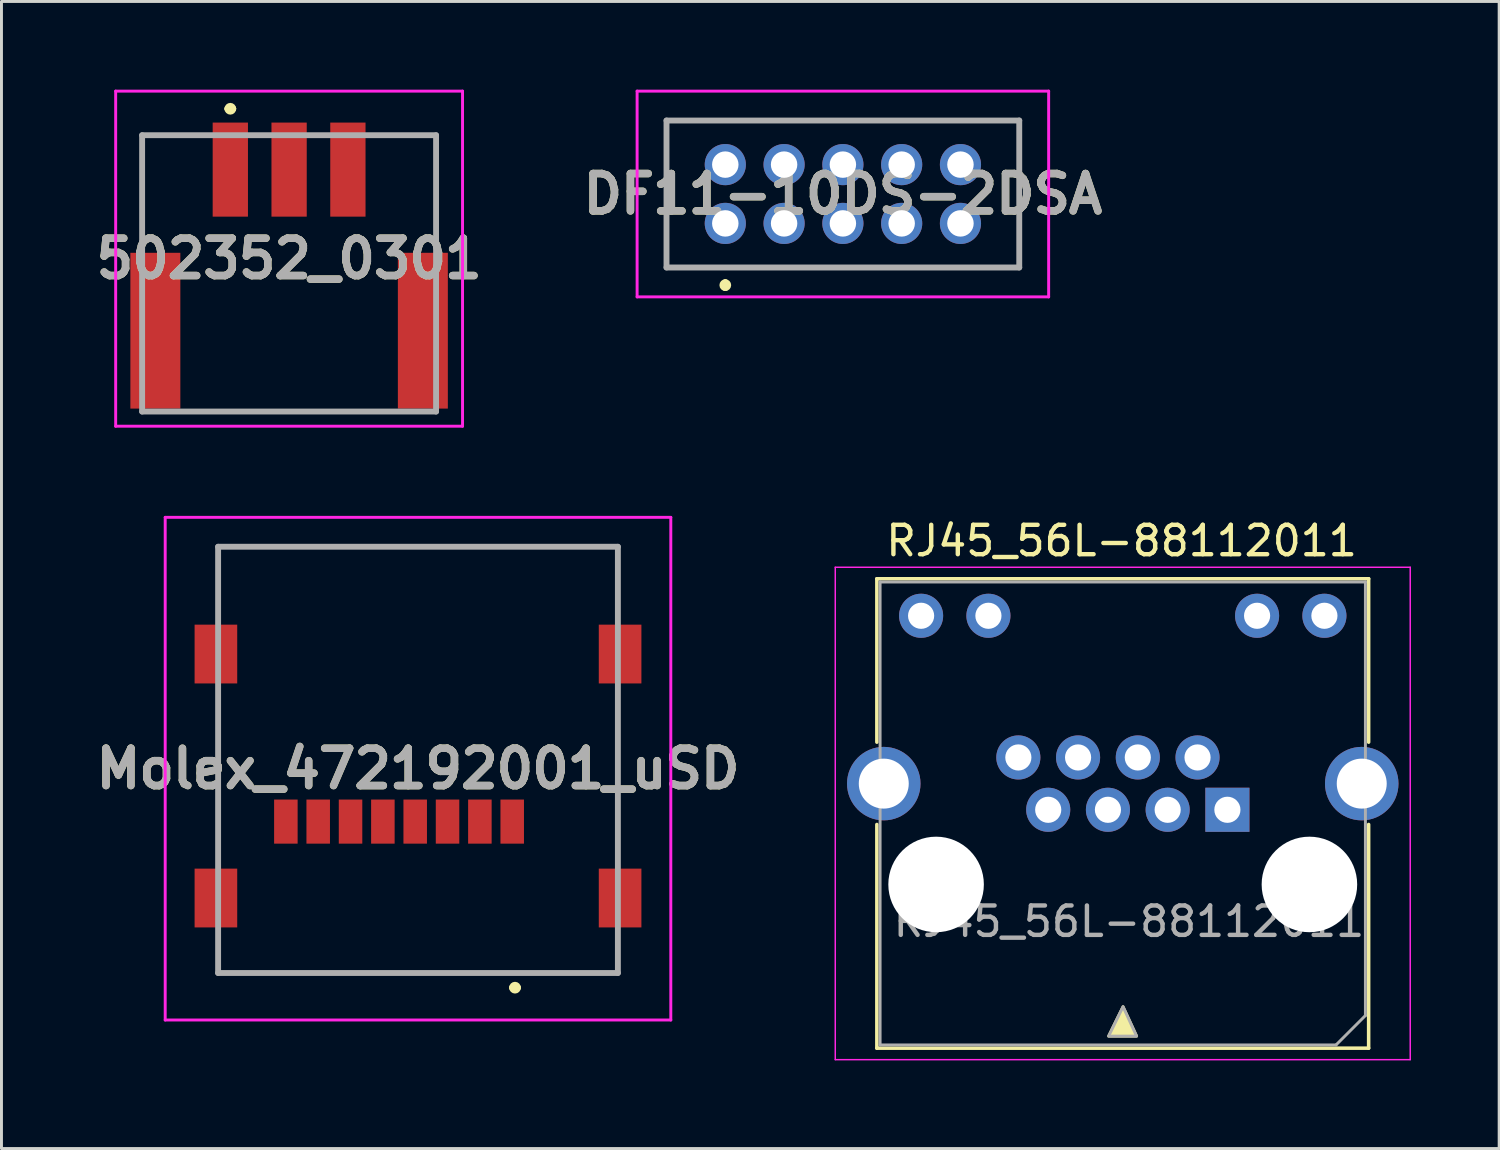
<source format=kicad_pcb>
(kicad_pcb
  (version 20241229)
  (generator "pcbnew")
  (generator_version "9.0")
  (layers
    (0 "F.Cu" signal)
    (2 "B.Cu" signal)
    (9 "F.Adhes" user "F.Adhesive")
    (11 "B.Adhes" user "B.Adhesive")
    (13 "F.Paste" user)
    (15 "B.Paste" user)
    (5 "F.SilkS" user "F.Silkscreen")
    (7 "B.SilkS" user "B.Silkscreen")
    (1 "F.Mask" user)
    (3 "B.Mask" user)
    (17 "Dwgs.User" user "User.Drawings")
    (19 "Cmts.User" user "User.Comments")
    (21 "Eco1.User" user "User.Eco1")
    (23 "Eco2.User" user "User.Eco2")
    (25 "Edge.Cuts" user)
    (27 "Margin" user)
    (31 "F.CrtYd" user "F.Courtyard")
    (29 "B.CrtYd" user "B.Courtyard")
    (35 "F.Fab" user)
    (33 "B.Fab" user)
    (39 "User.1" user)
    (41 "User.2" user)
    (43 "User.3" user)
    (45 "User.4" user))
  (footprint "DF11-10DS-2DSA"
    (layer "F.Cu")
    (at 21.624 4.55)
    (property "Reference" "DF11-10DS-2DSA" (at 4 -1 0) (layer "F.SilkS") (effects (font (size 1.27 1.27) (thickness 0.254))))
    (attr through_hole)
    (fp_line (start -2 -3.5) (end 10 -3.5) (stroke (width 0.1) (type solid)) (layer "F.SilkS"))
    (fp_line (start -2 1.5) (end -2 -3.5) (stroke (width 0.1) (type solid)) (layer "F.SilkS"))
    (fp_line (start 0 2) (end 0 2) (stroke (width 0.2) (type solid)) (layer "F.SilkS"))
    (fp_line (start 0 2.2) (end 0 2.2) (stroke (width 0.2) (type solid)) (layer "F.SilkS"))
    (fp_line (start 10 -3.5) (end 10 1.5) (stroke (width 0.1) (type solid)) (layer "F.SilkS"))
    (fp_line (start 10 1.5) (end -2 1.5) (stroke (width 0.1) (type solid)) (layer "F.SilkS"))
    (fp_arc (start 0 2) (mid 0.1 2.1) (end 0 2.2) (stroke (width 0.2) (type solid)) (layer "F.SilkS"))
    (fp_arc (start 0 2.2) (mid -0.1 2.1) (end 0 2) (stroke (width 0.2) (type solid)) (layer "F.SilkS"))
    (fp_line (start -3 -4.5) (end 11 -4.5) (stroke (width 0.1) (type solid)) (layer "F.CrtYd"))
    (fp_line (start -3 2.5) (end -3 -4.5) (stroke (width 0.1) (type solid)) (layer "F.CrtYd"))
    (fp_line (start 11 -4.5) (end 11 2.5) (stroke (width 0.1) (type solid)) (layer "F.CrtYd"))
    (fp_line (start 11 2.5) (end -3 2.5) (stroke (width 0.1) (type solid)) (layer "F.CrtYd"))
    (fp_line (start -2 -3.5) (end 10 -3.5) (stroke (width 0.2) (type solid)) (layer "F.Fab"))
    (fp_line (start -2 1.5) (end -2 -3.5) (stroke (width 0.2) (type solid)) (layer "F.Fab"))
    (fp_line (start 10 -3.5) (end 10 1.5) (stroke (width 0.2) (type solid)) (layer "F.Fab"))
    (fp_line (start 10 1.5) (end -2 1.5) (stroke (width 0.2) (type solid)) (layer "F.Fab"))
    (fp_text user "${REFERENCE}" (at 4 -1 0) (layer "F.Fab") (effects (font (size 1.27 1.27) (thickness 0.254))))
    (pad "1" thru_hole circle (at 0 0) (size 1.4 1.4) (drill 0.9) (layers "*.Cu" "*.Mask"))
    (pad "2" thru_hole circle (at 0 -2) (size 1.4 1.4) (drill 0.9) (layers "*.Cu" "*.Mask"))
    (pad "3" thru_hole circle (at 2 0) (size 1.4 1.4) (drill 0.9) (layers "*.Cu" "*.Mask"))
    (pad "4" thru_hole circle (at 2 -2) (size 1.4 1.4) (drill 0.9) (layers "*.Cu" "*.Mask"))
    (pad "5" thru_hole circle (at 4 0) (size 1.4 1.4) (drill 0.9) (layers "*.Cu" "*.Mask"))
    (pad "6" thru_hole circle (at 4 -2) (size 1.4 1.4) (drill 0.9) (layers "*.Cu" "*.Mask"))
    (pad "7" thru_hole circle (at 6 0) (size 1.4 1.4) (drill 0.9) (layers "*.Cu" "*.Mask"))
    (pad "8" thru_hole circle (at 6 -2) (size 1.4 1.4) (drill 0.9) (layers "*.Cu" "*.Mask"))
    (pad "9" thru_hole circle (at 8 0) (size 1.4 1.4) (drill 0.9) (layers "*.Cu" "*.Mask"))
    (pad "10" thru_hole circle (at 8 -2) (size 1.4 1.4) (drill 0.9) (layers "*.Cu" "*.Mask")))
  (footprint "502352_0301"
    (layer "F.Cu")
    (at 6.785 5.75)
    (property "Reference" "502352_0301" (at 0 0 0) (layer "F.SilkS") (effects (font (size 1.27 1.27) (thickness 0.254))))
    (attr smd)
    (fp_line (start -5 -4.2) (end -5 -0.8) (stroke (width 0.1) (type solid)) (layer "F.SilkS"))
    (fp_line (start -3.5 -4.2) (end -5 -4.2) (stroke (width 0.1) (type solid)) (layer "F.SilkS"))
    (fp_line (start -3 5.2) (end 3 5.2) (stroke (width 0.1) (type solid)) (layer "F.SilkS"))
    (fp_line (start -2.1 -5.1) (end -2.1 -5.1) (stroke (width 0.2) (type solid)) (layer "F.SilkS"))
    (fp_line (start -1.9 -5.1) (end -1.9 -5.1) (stroke (width 0.2) (type solid)) (layer "F.SilkS"))
    (fp_line (start 3.5 -4.2) (end 5 -4.2) (stroke (width 0.1) (type solid)) (layer "F.SilkS"))
    (fp_line (start 5 -4.2) (end 5 -0.8) (stroke (width 0.1) (type solid)) (layer "F.SilkS"))
    (fp_arc (start -2.1 -5.1) (mid -2 -5.2) (end -1.9 -5.1) (stroke (width 0.2) (type solid)) (layer "F.SilkS"))
    (fp_arc (start -1.9 -5.1) (mid -2 -5) (end -2.1 -5.1) (stroke (width 0.2) (type solid)) (layer "F.SilkS"))
    (fp_line (start -5.9 -5.7) (end 5.9 -5.7) (stroke (width 0.1) (type solid)) (layer "F.CrtYd"))
    (fp_line (start -5.9 5.7) (end -5.9 -5.7) (stroke (width 0.1) (type solid)) (layer "F.CrtYd"))
    (fp_line (start 5.9 -5.7) (end 5.9 5.7) (stroke (width 0.1) (type solid)) (layer "F.CrtYd"))
    (fp_line (start 5.9 5.7) (end -5.9 5.7) (stroke (width 0.1) (type solid)) (layer "F.CrtYd"))
    (fp_line (start -5 -4.2) (end 5 -4.2) (stroke (width 0.2) (type solid)) (layer "F.Fab"))
    (fp_line (start -5 5.2) (end -5 -4.2) (stroke (width 0.2) (type solid)) (layer "F.Fab"))
    (fp_line (start 5 -4.2) (end 5 5.2) (stroke (width 0.2) (type solid)) (layer "F.Fab"))
    (fp_line (start 5 5.2) (end -5 5.2) (stroke (width 0.2) (type solid)) (layer "F.Fab"))
    (fp_text user "${REFERENCE}" (at 0 0 0) (layer "F.Fab") (effects (font (size 1.27 1.27) (thickness 0.254))))
    (pad "1" smd rect (at -2 -3.03) (size 1.2 3.2) (layers "F.Cu" "F.Mask" "F.Paste"))
    (pad "2" smd rect (at 0 -3.03) (size 1.2 3.2) (layers "F.Cu" "F.Mask" "F.Paste"))
    (pad "3" smd rect (at 2 -3.03) (size 1.2 3.2) (layers "F.Cu" "F.Mask" "F.Paste"))
    (pad "MP1" smd rect (at -4.55 2.45) (size 1.7 5.3) (layers "F.Cu" "F.Mask" "F.Paste"))
    (pad "MP2" smd rect (at 4.55 2.45) (size 1.7 5.3) (layers "F.Cu" "F.Mask" "F.Paste")))
  (footprint "RJ45_56L-88112011"
    (layer "F.Cu")
    (at 38.705 24.498)
    (property "Reference" "RJ45_56L-88112011" (at -3.6 -9.15 180) (layer "F.SilkS") (effects (font (size 1 1) (thickness 0.15))))
    (attr through_hole)
    (fp_line (start -11.925 -7.86) (end -11.925 -2.3) (stroke (width 0.12) (type solid)) (layer "F.SilkS"))
    (fp_line (start -11.925 8.11) (end -11.925 0.5) (stroke (width 0.12) (type solid)) (layer "F.SilkS"))
    (fp_line (start 4.805 -7.86) (end -11.925 -7.86) (stroke (width 0.12) (type solid)) (layer "F.SilkS"))
    (fp_line (start 4.805 -7.86) (end 4.805 -2.3) (stroke (width 0.12) (type solid)) (layer "F.SilkS"))
    (fp_line (start 4.805 8.11) (end -11.925 8.11) (stroke (width 0.12) (type solid)) (layer "F.SilkS"))
    (fp_line (start 4.805 8.11) (end 4.805 0.5) (stroke (width 0.12) (type solid)) (layer "F.SilkS"))
    (fp_poly (pts (xy -3.55 6.7) (xy -4.04 7.7) (xy -3.09 7.7)) (stroke (width 0.1) (type solid)) (fill yes) (layer "F.SilkS"))
    (fp_line (start -13.34 8.5) (end -13.34 -8.25) (stroke (width 0.05) (type solid)) (layer "F.CrtYd"))
    (fp_line (start 6.22 -8.25) (end -13.34 -8.25) (stroke (width 0.05) (type solid)) (layer "F.CrtYd"))
    (fp_line (start 6.22 8.5) (end -13.34 8.5) (stroke (width 0.05) (type solid)) (layer "F.CrtYd"))
    (fp_line (start 6.22 8.5) (end 6.22 -8.25) (stroke (width 0.05) (type solid)) (layer "F.CrtYd"))
    (fp_line (start -11.815 8) (end -11.815 -7.75) (stroke (width 0.1) (type solid)) (layer "F.Fab"))
    (fp_line (start 3.695 8) (end -11.815 8) (stroke (width 0.1) (type solid)) (layer "F.Fab"))
    (fp_line (start 4.695 -7.75) (end -11.815 -7.75) (stroke (width 0.1) (type solid)) (layer "F.Fab"))
    (fp_line (start 4.695 7) (end 3.695 8) (stroke (width 0.1) (type solid)) (layer "F.Fab"))
    (fp_line (start 4.695 7) (end 4.695 -7.75) (stroke (width 0.1) (type solid)) (layer "F.Fab"))
    (fp_poly (pts (xy -3.55 6.7) (xy -4.04 7.7) (xy -3.09 7.7)) (stroke (width 0.1) (type solid)) (fill no) (layer "F.Fab"))
    (fp_text user "${REFERENCE}" (at -3.35 3.8 180) (layer "F.Fab") (effects (font (size 1 1) (thickness 0.15))))
    (pad "" np_thru_hole circle (at -9.91 2.54 180) (size 3.25 3.25) (drill 3.25) (layers "*.Cu" "*.Mask"))
    (pad "" np_thru_hole circle (at 2.79 2.54 180) (size 3.25 3.25) (drill 3.25) (layers "*.Cu" "*.Mask"))
    (pad "1" thru_hole rect (at 0 0 180) (size 1.5 1.5) (drill 0.89) (layers "*.Cu" "*.Mask"))
    (pad "2" thru_hole circle (at -1.016 -1.78 180) (size 1.5 1.5) (drill 0.89) (layers "*.Cu" "*.Mask"))
    (pad "3" thru_hole circle (at -2.032 0 180) (size 1.5 1.5) (drill 0.89) (layers "*.Cu" "*.Mask"))
    (pad "4" thru_hole circle (at -3.048 -1.78 180) (size 1.5 1.5) (drill 0.89) (layers "*.Cu" "*.Mask"))
    (pad "5" thru_hole circle (at -4.064 0 180) (size 1.5 1.5) (drill 0.89) (layers "*.Cu" "*.Mask"))
    (pad "6" thru_hole circle (at -5.08 -1.78 180) (size 1.5 1.5) (drill 0.89) (layers "*.Cu" "*.Mask"))
    (pad "7" thru_hole circle (at -6.096 0 180) (size 1.5 1.5) (drill 0.89) (layers "*.Cu" "*.Mask"))
    (pad "8" thru_hole circle (at -7.112 -1.78 180) (size 1.5 1.5) (drill 0.89) (layers "*.Cu" "*.Mask"))
    (pad "9" thru_hole circle (at 3.3 -6.6 180) (size 1.5 1.5) (drill 0.89) (layers "*.Cu" "*.Mask"))
    (pad "10" thru_hole circle (at 1.01 -6.6 180) (size 1.5 1.5) (drill 0.89) (layers "*.Cu" "*.Mask"))
    (pad "11" thru_hole circle (at -8.13 -6.6 180) (size 1.5 1.5) (drill 0.89) (layers "*.Cu" "*.Mask"))
    (pad "12" thru_hole circle (at -10.42 -6.6 180) (size 1.5 1.5) (drill 0.89) (layers "*.Cu" "*.Mask"))
    (pad "SH" thru_hole circle (at -11.69 -0.89 180) (size 2.5 2.5) (drill 1.7) (layers "*.Cu" "*.Mask"))
    (pad "SH" thru_hole circle (at 4.57 -0.89 180) (size 2.5 2.5) (drill 1.7) (layers "*.Cu" "*.Mask")))
  (footprint "Molex_472192001_uSD"
    (layer "F.Cu")
    (at 11.17 23.1)
    (property "Reference" "Molex_472192001_uSD" (at 0 0 0) (layer "F.SilkS") (effects (font (size 1.27 1.27) (thickness 0.254))))
    (attr smd)
    (fp_line (start -6.8 -7.55) (end 6.8 -7.55) (stroke (width 0.1) (type solid)) (layer "F.SilkS"))
    (fp_line (start -6.8 -6.05) (end -6.8 -7.55) (stroke (width 0.1) (type solid)) (layer "F.SilkS"))
    (fp_line (start -6.8 -6.05) (end -6.8 -5.55) (stroke (width 0.1) (type solid)) (layer "F.SilkS"))
    (fp_line (start -6.8 -2.55) (end -6.8 2.95) (stroke (width 0.1) (type solid)) (layer "F.SilkS"))
    (fp_line (start -6.8 5.95) (end -6.8 6.95) (stroke (width 0.1) (type solid)) (layer "F.SilkS"))
    (fp_line (start -6.8 6.95) (end 6.8 6.95) (stroke (width 0.1) (type solid)) (layer "F.SilkS"))
    (fp_line (start 3.2 7.45) (end 3.2 7.45) (stroke (width 0.2) (type solid)) (layer "F.SilkS"))
    (fp_line (start 3.4 7.45) (end 3.4 7.45) (stroke (width 0.2) (type solid)) (layer "F.SilkS"))
    (fp_line (start 6.8 -7.55) (end 6.8 -6.05) (stroke (width 0.1) (type solid)) (layer "F.SilkS"))
    (fp_line (start 6.8 -6.05) (end 6.8 -5.55) (stroke (width 0.1) (type solid)) (layer "F.SilkS"))
    (fp_line (start 6.8 -2.55) (end 6.8 2.95) (stroke (width 0.1) (type solid)) (layer "F.SilkS"))
    (fp_line (start 6.8 6.95) (end 6.8 5.95) (stroke (width 0.1) (type solid)) (layer "F.SilkS"))
    (fp_arc (start 3.2 7.45) (mid 3.3 7.35) (end 3.4 7.45) (stroke (width 0.2) (type solid)) (layer "F.SilkS"))
    (fp_arc (start 3.4 7.45) (mid 3.3 7.55) (end 3.2 7.45) (stroke (width 0.2) (type solid)) (layer "F.SilkS"))
    (fp_line (start -8.6 -8.55) (end 8.6 -8.55) (stroke (width 0.1) (type solid)) (layer "F.CrtYd"))
    (fp_line (start -8.6 8.55) (end -8.6 -8.55) (stroke (width 0.1) (type solid)) (layer "F.CrtYd"))
    (fp_line (start 8.6 -8.55) (end 8.6 8.55) (stroke (width 0.1) (type solid)) (layer "F.CrtYd"))
    (fp_line (start 8.6 8.55) (end -8.6 8.55) (stroke (width 0.1) (type solid)) (layer "F.CrtYd"))
    (fp_line (start -6.8 -7.55) (end 6.8 -7.55) (stroke (width 0.2) (type solid)) (layer "F.Fab"))
    (fp_line (start -6.8 6.95) (end -6.8 -7.55) (stroke (width 0.2) (type solid)) (layer "F.Fab"))
    (fp_line (start 6.8 -7.55) (end 6.8 6.95) (stroke (width 0.2) (type solid)) (layer "F.Fab"))
    (fp_line (start 6.8 6.95) (end -6.8 6.95) (stroke (width 0.2) (type solid)) (layer "F.Fab"))
    (fp_text user "${REFERENCE}" (at 0 0 0) (layer "F.Fab") (effects (font (size 1.27 1.27) (thickness 0.254))))
    (pad "1" smd rect (at 3.205 1.8) (size 0.8 1.5) (layers "F.Cu" "F.Mask" "F.Paste"))
    (pad "2" smd rect (at 2.105 1.8) (size 0.8 1.5) (layers "F.Cu" "F.Mask" "F.Paste"))
    (pad "3" smd rect (at 1.005 1.8) (size 0.8 1.5) (layers "F.Cu" "F.Mask" "F.Paste"))
    (pad "4" smd rect (at -0.095 1.8) (size 0.8 1.5) (layers "F.Cu" "F.Mask" "F.Paste"))
    (pad "5" smd rect (at -1.195 1.8) (size 0.8 1.5) (layers "F.Cu" "F.Mask" "F.Paste"))
    (pad "6" smd rect (at -2.295 1.8) (size 0.8 1.5) (layers "F.Cu" "F.Mask" "F.Paste"))
    (pad "7" smd rect (at -3.395 1.8) (size 0.8 1.5) (layers "F.Cu" "F.Mask" "F.Paste"))
    (pad "8" smd rect (at -4.495 1.8) (size 0.8 1.5) (layers "F.Cu" "F.Mask" "F.Paste"))
    (pad "9" smd rect (at -6.875 -3.9) (size 1.45 2) (layers "F.Cu" "F.Mask" "F.Paste"))
    (pad "9" smd rect (at -6.875 4.4) (size 1.45 2) (layers "F.Cu" "F.Mask" "F.Paste"))
    (pad "9" smd rect (at 6.875 -3.9) (size 1.45 2) (layers "F.Cu" "F.Mask" "F.Paste"))
    (pad "9" smd rect (at 6.875 4.4) (size 1.45 2) (layers "F.Cu" "F.Mask" "F.Paste")))
  (gr_rect
    (start -3 -3)
    (end 47.95 36.023)
    (stroke (width 0.1) (type default))
    (fill no)
    (layer "Edge.Cuts")))
</source>
